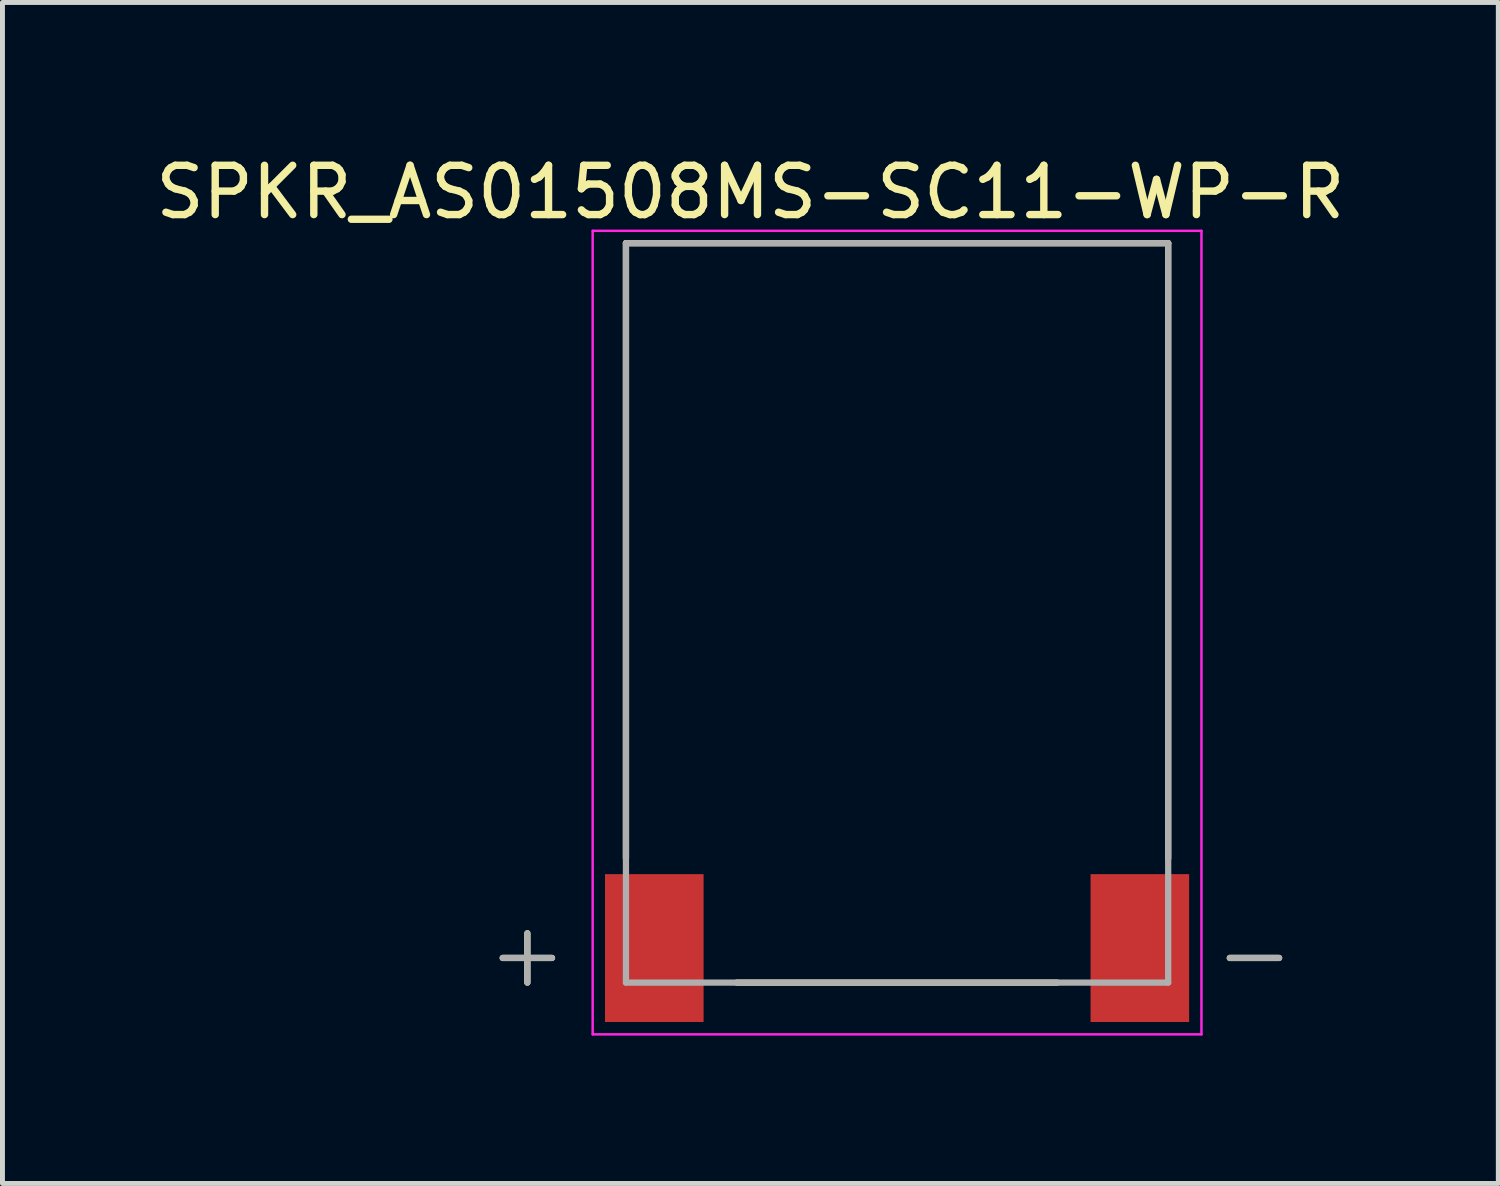
<source format=kicad_pcb>
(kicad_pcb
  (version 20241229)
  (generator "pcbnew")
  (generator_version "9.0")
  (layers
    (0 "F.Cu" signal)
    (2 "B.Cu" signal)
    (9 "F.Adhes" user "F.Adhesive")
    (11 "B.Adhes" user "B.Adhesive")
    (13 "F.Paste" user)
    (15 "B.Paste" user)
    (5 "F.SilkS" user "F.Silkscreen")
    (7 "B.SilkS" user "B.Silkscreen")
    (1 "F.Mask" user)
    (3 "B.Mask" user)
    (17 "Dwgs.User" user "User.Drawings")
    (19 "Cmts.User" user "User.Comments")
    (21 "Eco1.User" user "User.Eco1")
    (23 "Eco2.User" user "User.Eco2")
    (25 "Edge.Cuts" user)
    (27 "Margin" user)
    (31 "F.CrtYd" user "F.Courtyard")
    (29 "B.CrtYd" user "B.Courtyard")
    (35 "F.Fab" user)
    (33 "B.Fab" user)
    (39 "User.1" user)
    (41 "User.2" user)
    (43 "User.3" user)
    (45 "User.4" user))
  (footprint "SPKR_AS01508MS-SC11-WP-R"
    (layer "F.Cu")
    (at 15.148 9.383)
    (property "Reference" "SPKR_AS01508MS-SC11-WP-R" (at -2.975 -8.535 0) (layer "F.SilkS") (effects (font (size 1 1) (thickness 0.15))))
    (attr smd)
    (fp_line (start -8 7) (end -7 7) (stroke (width 0.127) (type solid)) (layer "F.SilkS"))
    (fp_line (start -7.5 6.5) (end -7.5 7.5) (stroke (width 0.127) (type solid)) (layer "F.SilkS"))
    (fp_line (start -5.5 -7.5) (end 5.5 -7.5) (stroke (width 0.127) (type solid)) (layer "F.SilkS"))
    (fp_line (start -5.5 4.98) (end -5.5 -7.5) (stroke (width 0.127) (type solid)) (layer "F.SilkS"))
    (fp_line (start -3.25 7.5) (end 3.25 7.5) (stroke (width 0.127) (type solid)) (layer "F.SilkS"))
    (fp_line (start 5.5 -7.5) (end 5.5 4.98) (stroke (width 0.127) (type solid)) (layer "F.SilkS"))
    (fp_line (start 6.75 7) (end 7.75 7) (stroke (width 0.127) (type solid)) (layer "F.SilkS"))
    (fp_line (start -6.175 -7.75) (end -6.175 8.55) (stroke (width 0.05) (type solid)) (layer "F.CrtYd"))
    (fp_line (start -6.175 8.55) (end 6.175 8.55) (stroke (width 0.05) (type solid)) (layer "F.CrtYd"))
    (fp_line (start 6.175 -7.75) (end -6.175 -7.75) (stroke (width 0.05) (type solid)) (layer "F.CrtYd"))
    (fp_line (start 6.175 8.55) (end 6.175 -7.75) (stroke (width 0.05) (type solid)) (layer "F.CrtYd"))
    (fp_line (start -8 7) (end -7 7) (stroke (width 0.127) (type solid)) (layer "F.Fab"))
    (fp_line (start -7.5 6.5) (end -7.5 7.5) (stroke (width 0.127) (type solid)) (layer "F.Fab"))
    (fp_line (start -5.5 -7.5) (end 5.5 -7.5) (stroke (width 0.127) (type solid)) (layer "F.Fab"))
    (fp_line (start -5.5 7.5) (end -5.5 -7.5) (stroke (width 0.127) (type solid)) (layer "F.Fab"))
    (fp_line (start -5.5 7.5) (end 5.5 7.5) (stroke (width 0.127) (type solid)) (layer "F.Fab"))
    (fp_line (start 5.5 7.5) (end 5.5 -7.5) (stroke (width 0.127) (type solid)) (layer "F.Fab"))
    (fp_line (start 6.75 7) (end 7.75 7) (stroke (width 0.127) (type solid)) (layer "F.Fab"))
    (pad "N" smd rect (at 4.925 6.8) (size 2 3) (layers "F.Cu" "F.Mask" "F.Paste"))
    (pad "P" smd rect (at -4.925 6.8) (size 2 3) (layers "F.Cu" "F.Mask" "F.Paste")))
  (gr_rect
    (start -3 -3)
    (end 27.345 20.958)
    (stroke (width 0.1) (type default))
    (fill no)
    (layer "Edge.Cuts")))
</source>
